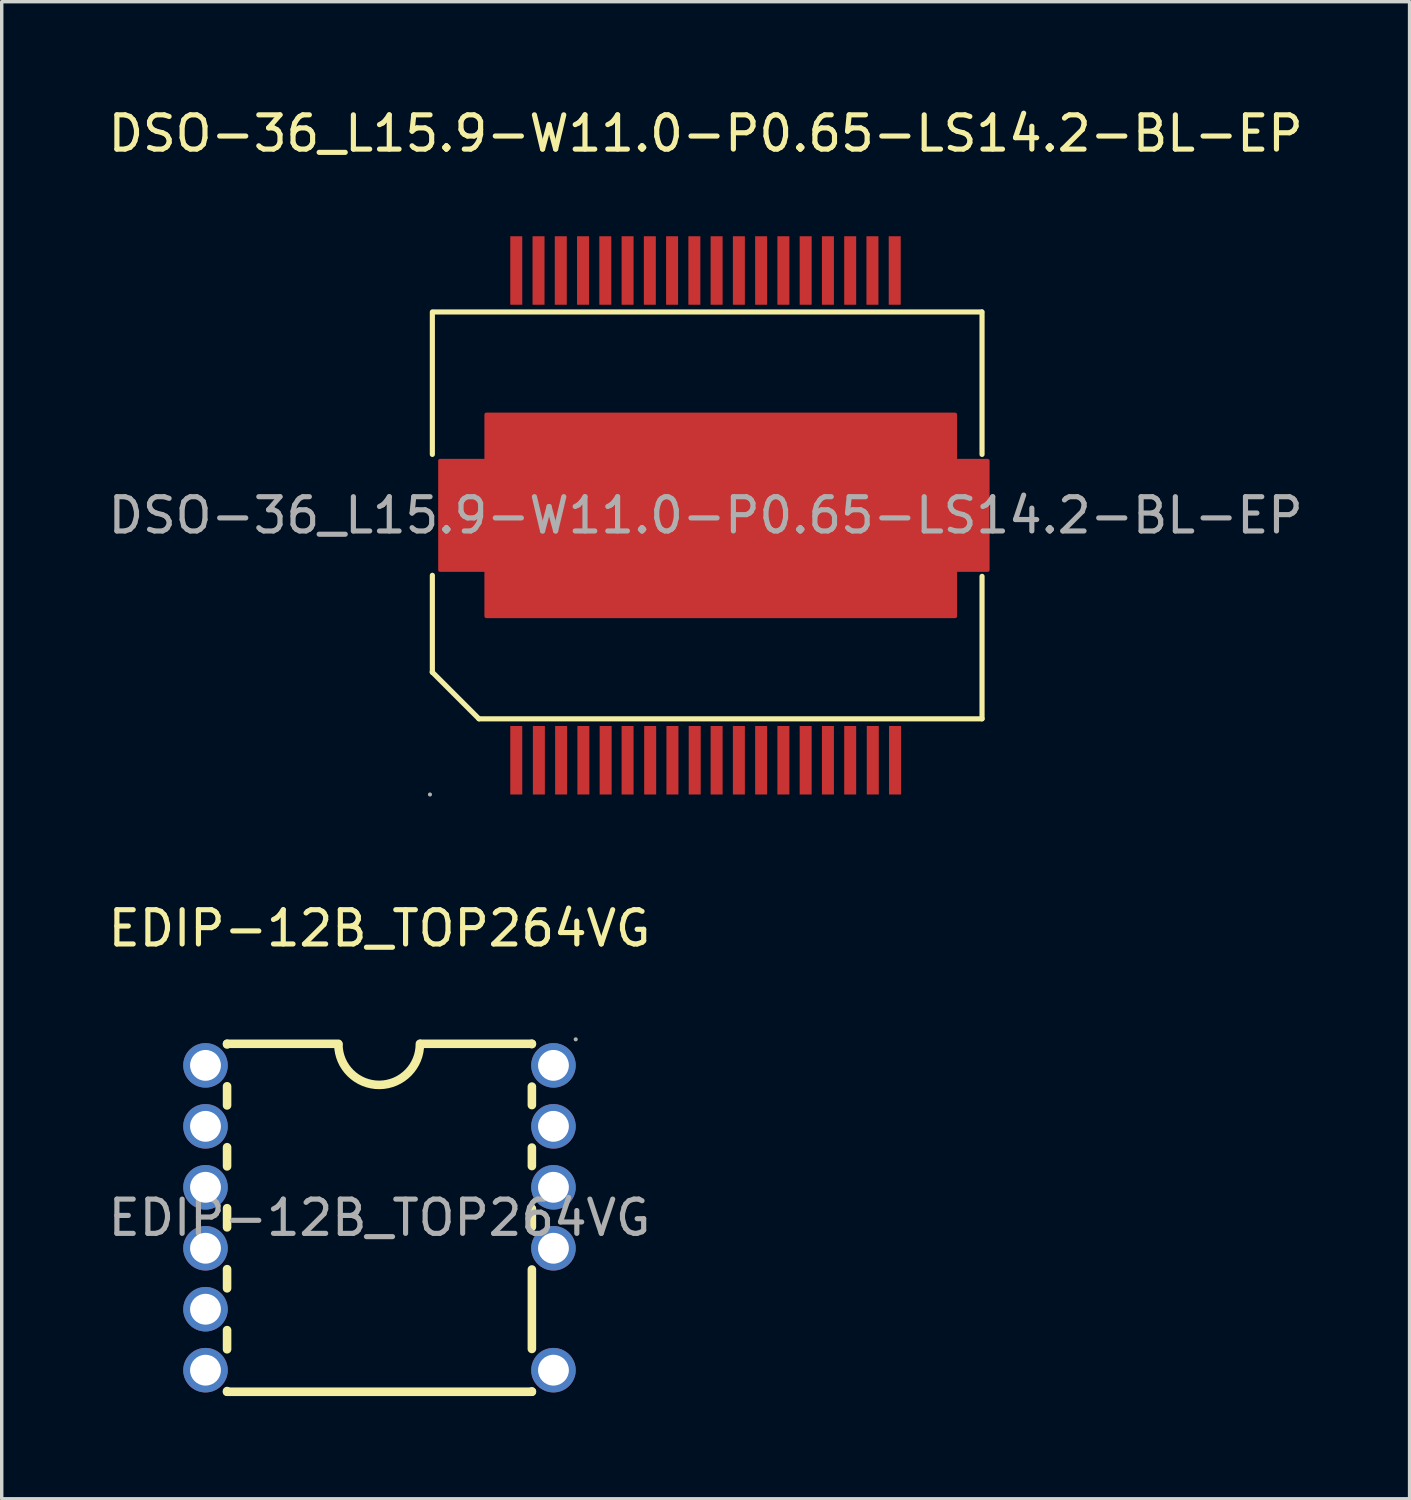
<source format=kicad_pcb>
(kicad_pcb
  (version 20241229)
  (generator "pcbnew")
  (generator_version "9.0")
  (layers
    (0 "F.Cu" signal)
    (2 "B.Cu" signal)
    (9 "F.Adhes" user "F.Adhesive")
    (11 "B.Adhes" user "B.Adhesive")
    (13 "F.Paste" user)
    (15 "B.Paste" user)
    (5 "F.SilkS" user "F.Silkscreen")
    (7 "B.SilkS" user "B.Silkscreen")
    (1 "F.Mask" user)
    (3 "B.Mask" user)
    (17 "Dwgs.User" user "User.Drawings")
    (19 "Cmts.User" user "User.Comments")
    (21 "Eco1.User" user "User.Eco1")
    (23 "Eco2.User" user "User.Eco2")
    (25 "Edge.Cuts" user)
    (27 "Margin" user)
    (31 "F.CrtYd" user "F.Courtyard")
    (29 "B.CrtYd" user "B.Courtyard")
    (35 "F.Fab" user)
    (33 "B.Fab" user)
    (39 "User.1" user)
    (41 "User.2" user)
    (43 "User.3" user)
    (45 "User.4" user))
  (footprint "DSO-36_L15.9-W11.0-P0.65-LS14.2-BL-EP"
    (layer "F.Cu")
    (at 17.554 11.998)
    (property "Reference" "DSO-36_L15.9-W11.0-P0.65-LS14.2-BL-EP" (at 0 -11.15 0) (layer "F.SilkS") (effects (font (size 1 1) (thickness 0.15))))
    (attr through_hole)
    (fp_line (start -7.98 -1.78) (end -7.98 -5.94) (stroke (width 0.15) (type solid)) (layer "F.SilkS"))
    (fp_line (start -7.98 4.56) (end -7.98 4.58) (stroke (width 0.15) (type solid)) (layer "F.SilkS"))
    (fp_line (start -7.98 4.58) (end -7.98 1.75) (stroke (width 0.15) (type solid)) (layer "F.SilkS"))
    (fp_line (start -7.98 4.58) (end -6.62 5.94) (stroke (width 0.15) (type solid)) (layer "F.SilkS"))
    (fp_line (start -7.93 -5.94) (end 8.06 -5.94) (stroke (width 0.15) (type solid)) (layer "F.SilkS"))
    (fp_line (start 8.07 -1.78) (end 8.07 -5.94) (stroke (width 0.15) (type solid)) (layer "F.SilkS"))
    (fp_line (start 8.07 5.94) (end -6.62 5.94) (stroke (width 0.15) (type solid)) (layer "F.SilkS"))
    (fp_line (start 8.07 5.94) (end 8.07 1.78) (stroke (width 0.15) (type solid)) (layer "F.SilkS"))
    (fp_circle (center -8.05 8.15) (end -8.02 8.15) (stroke (width 0.06) (type solid)) (fill no) (layer "F.Fab"))
    (fp_text user "${REFERENCE}" (at 0 0 0) (layer "F.Fab") (effects (font (size 1 1) (thickness 0.15))))
    (pad "1" smd rect (at -5.53 7.15 90) (size 2 0.35) (layers "F.Cu" "F.Mask" "F.Paste"))
    (pad "2" smd rect (at -4.87 7.15 90) (size 2 0.35) (layers "F.Cu" "F.Mask" "F.Paste"))
    (pad "3" smd rect (at -4.22 7.15 90) (size 2 0.35) (layers "F.Cu" "F.Mask" "F.Paste"))
    (pad "4" smd rect (at -3.57 7.15 90) (size 2 0.35) (layers "F.Cu" "F.Mask" "F.Paste"))
    (pad "5" smd rect (at -2.92 7.15 90) (size 2 0.35) (layers "F.Cu" "F.Mask" "F.Paste"))
    (pad "6" smd rect (at -2.28 7.15 90) (size 2 0.35) (layers "F.Cu" "F.Mask" "F.Paste"))
    (pad "7" smd rect (at -1.62 7.15 90) (size 2 0.35) (layers "F.Cu" "F.Mask" "F.Paste"))
    (pad "8" smd rect (at -0.97 7.15 90) (size 2 0.35) (layers "F.Cu" "F.Mask" "F.Paste"))
    (pad "9" smd rect (at -0.32 7.15 90) (size 2 0.35) (layers "F.Cu" "F.Mask" "F.Paste"))
    (pad "10" smd rect (at 0.32 7.15 90) (size 2 0.35) (layers "F.Cu" "F.Mask" "F.Paste"))
    (pad "11" smd rect (at 0.97 7.15 90) (size 2 0.35) (layers "F.Cu" "F.Mask" "F.Paste"))
    (pad "12" smd rect (at 1.62 7.15 90) (size 2 0.35) (layers "F.Cu" "F.Mask" "F.Paste"))
    (pad "13" smd rect (at 2.27 7.15 90) (size 2 0.35) (layers "F.Cu" "F.Mask" "F.Paste"))
    (pad "14" smd rect (at 2.92 7.15 90) (size 2 0.35) (layers "F.Cu" "F.Mask" "F.Paste"))
    (pad "15" smd rect (at 3.57 7.15 90) (size 2 0.35) (layers "F.Cu" "F.Mask" "F.Paste"))
    (pad "16" smd rect (at 4.22 7.15 90) (size 2 0.35) (layers "F.Cu" "F.Mask" "F.Paste"))
    (pad "17" smd rect (at 4.88 7.15 90) (size 2 0.35) (layers "F.Cu" "F.Mask" "F.Paste"))
    (pad "18" smd rect (at 5.53 7.15 90) (size 2 0.35) (layers "F.Cu" "F.Mask" "F.Paste"))
    (pad "19" smd rect (at 5.52 -7.15 90) (size 2 0.35) (layers "F.Cu" "F.Mask" "F.Paste"))
    (pad "20" smd rect (at 4.87 -7.15 90) (size 2 0.35) (layers "F.Cu" "F.Mask" "F.Paste"))
    (pad "21" smd rect (at 4.22 -7.15 90) (size 2 0.35) (layers "F.Cu" "F.Mask" "F.Paste"))
    (pad "22" smd rect (at 3.57 -7.15 90) (size 2 0.35) (layers "F.Cu" "F.Mask" "F.Paste"))
    (pad "23" smd rect (at 2.92 -7.15 90) (size 2 0.35) (layers "F.Cu" "F.Mask" "F.Paste"))
    (pad "24" smd rect (at 2.27 -7.15 90) (size 2 0.35) (layers "F.Cu" "F.Mask" "F.Paste"))
    (pad "25" smd rect (at 1.62 -7.15 90) (size 2 0.35) (layers "F.Cu" "F.Mask" "F.Paste"))
    (pad "26" smd rect (at 0.97 -7.15 90) (size 2 0.35) (layers "F.Cu" "F.Mask" "F.Paste"))
    (pad "27" smd rect (at 0.32 -7.15 90) (size 2 0.35) (layers "F.Cu" "F.Mask" "F.Paste"))
    (pad "28" smd rect (at -0.33 -7.15 90) (size 2 0.35) (layers "F.Cu" "F.Mask" "F.Paste"))
    (pad "29" smd rect (at -0.98 -7.15 90) (size 2 0.35) (layers "F.Cu" "F.Mask" "F.Paste"))
    (pad "30" smd rect (at -1.63 -7.15 90) (size 2 0.35) (layers "F.Cu" "F.Mask" "F.Paste"))
    (pad "31" smd rect (at -2.28 -7.15 90) (size 2 0.35) (layers "F.Cu" "F.Mask" "F.Paste"))
    (pad "32" smd rect (at -2.93 -7.15 90) (size 2 0.35) (layers "F.Cu" "F.Mask" "F.Paste"))
    (pad "33" smd rect (at -3.58 -7.15 90) (size 2 0.35) (layers "F.Cu" "F.Mask" "F.Paste"))
    (pad "34" smd rect (at -4.23 -7.15 90) (size 2 0.35) (layers "F.Cu" "F.Mask" "F.Paste"))
    (pad "35" smd rect (at -4.88 -7.15 90) (size 2 0.35) (layers "F.Cu" "F.Mask" "F.Paste"))
    (pad "36" smd rect (at -5.53 -7.15 90) (size 2 0.35) (layers "F.Cu" "F.Mask" "F.Paste"))
    (pad "37" smd custom (at 0.12 0) (size 1 1) (layers "F.Cu" "F.Mask" "F.Paste") (options (anchor circle)) (primitives (gr_poly (pts (xy -7.88 -1.6) (xy -6.53 -1.6) (xy -6.53 -2.95) (xy 7.17 -2.95) (xy 7.17 -1.6) (xy 8.12 -1.6) (xy 8.12 1.6) (xy 7.95 1.6) (xy 7.17 1.6) (xy 7.17 2.95) (xy -6.53 2.95) (xy -6.53 1.6) (xy -7.88 1.6) (xy -7.88 -1.6)) (width 0.1) (fill yes)))))
  (footprint "EDIP-12B_TOP264VG"
    (layer "F.Cu")
    (at 8.03 32.507)
    (property "Reference" "EDIP-12B_TOP264VG" (at 0 -8.45 0) (layer "F.SilkS") (effects (font (size 1 1) (thickness 0.15))))
    (attr through_hole)
    (fp_line (start -4.45 -5.08) (end -4.45 -5.06) (stroke (width 0.25) (type solid)) (layer "F.SilkS"))
    (fp_line (start -4.45 -5.08) (end -1.2 -5.08) (stroke (width 0.25) (type solid)) (layer "F.SilkS"))
    (fp_line (start -4.45 -3.84) (end -4.45 -3.28) (stroke (width 0.25) (type solid)) (layer "F.SilkS"))
    (fp_line (start -4.45 -2.06) (end -4.45 -1.5) (stroke (width 0.25) (type solid)) (layer "F.SilkS"))
    (fp_line (start -4.45 -0.28) (end -4.45 0.28) (stroke (width 0.25) (type solid)) (layer "F.SilkS"))
    (fp_line (start -4.45 1.5) (end -4.45 2.06) (stroke (width 0.25) (type solid)) (layer "F.SilkS"))
    (fp_line (start -4.45 3.28) (end -4.45 3.84) (stroke (width 0.25) (type solid)) (layer "F.SilkS"))
    (fp_line (start -4.45 5.06) (end -4.45 5.08) (stroke (width 0.25) (type solid)) (layer "F.SilkS"))
    (fp_line (start -4.45 5.08) (end 4.45 5.08) (stroke (width 0.25) (type solid)) (layer "F.SilkS"))
    (fp_line (start 1.2 -5.08) (end 4.45 -5.08) (stroke (width 0.25) (type solid)) (layer "F.SilkS"))
    (fp_line (start 4.45 -5.08) (end 4.45 -5.07) (stroke (width 0.25) (type solid)) (layer "F.SilkS"))
    (fp_line (start 4.45 -3.83) (end 4.45 -3.29) (stroke (width 0.25) (type solid)) (layer "F.SilkS"))
    (fp_line (start 4.45 -2.05) (end 4.45 -1.51) (stroke (width 0.25) (type solid)) (layer "F.SilkS"))
    (fp_line (start 4.45 -0.27) (end 4.45 0.27) (stroke (width 0.25) (type solid)) (layer "F.SilkS"))
    (fp_line (start 4.45 1.51) (end 4.45 3.83) (stroke (width 0.25) (type solid)) (layer "F.SilkS"))
    (fp_line (start 4.45 5.07) (end 4.45 5.08) (stroke (width 0.25) (type solid)) (layer "F.SilkS"))
    (fp_arc (start 1.18 -5.08) (mid 0 -3.88) (end -1.2 -5.06) (stroke (width 0.25) (type solid)) (layer "F.SilkS"))
    (fp_circle (center -5.08 -4.45) (end -4.9 -4.45) (stroke (width 0.35) (type solid)) (fill no) (layer "F.Fab"))
    (fp_circle (center -5.08 -2.67) (end -4.9 -2.67) (stroke (width 0.35) (type solid)) (fill no) (layer "F.Fab"))
    (fp_circle (center -5.08 -0.89) (end -4.9 -0.89) (stroke (width 0.35) (type solid)) (fill no) (layer "F.Fab"))
    (fp_circle (center -5.08 0.89) (end -4.9 0.89) (stroke (width 0.35) (type solid)) (fill no) (layer "F.Fab"))
    (fp_circle (center -5.08 2.67) (end -4.9 2.67) (stroke (width 0.35) (type solid)) (fill no) (layer "F.Fab"))
    (fp_circle (center -5.08 4.45) (end -4.9 4.45) (stroke (width 0.35) (type solid)) (fill no) (layer "F.Fab"))
    (fp_circle (center 5.08 -4.45) (end 5.26 -4.45) (stroke (width 0.35) (type solid)) (fill no) (layer "F.Fab"))
    (fp_circle (center 5.08 -2.67) (end 5.26 -2.67) (stroke (width 0.35) (type solid)) (fill no) (layer "F.Fab"))
    (fp_circle (center 5.08 -0.89) (end 5.26 -0.89) (stroke (width 0.35) (type solid)) (fill no) (layer "F.Fab"))
    (fp_circle (center 5.08 0.89) (end 5.26 0.89) (stroke (width 0.35) (type solid)) (fill no) (layer "F.Fab"))
    (fp_circle (center 5.08 4.45) (end 5.26 4.45) (stroke (width 0.35) (type solid)) (fill no) (layer "F.Fab"))
    (fp_circle (center 5.73 -5.21) (end 5.76 -5.21) (stroke (width 0.06) (type solid)) (fill no) (layer "F.Fab"))
    (fp_text user "${REFERENCE}" (at 0 0 0) (layer "F.Fab") (effects (font (size 1 1) (thickness 0.15))))
    (pad "1" thru_hole circle (at 5.08 -4.45) (size 1.3 1.3) (drill 0.9) (layers "*.Cu" "*.Paste" "*.Mask"))
    (pad "2" thru_hole circle (at 5.08 -2.67) (size 1.3 1.3) (drill 0.9) (layers "*.Cu" "*.Paste" "*.Mask"))
    (pad "3" thru_hole circle (at 5.08 -0.89) (size 1.3 1.3) (drill 0.9) (layers "*.Cu" "*.Paste" "*.Mask"))
    (pad "4" thru_hole circle (at 5.08 0.89) (size 1.3 1.3) (drill 0.9) (layers "*.Cu" "*.Paste" "*.Mask"))
    (pad "6" thru_hole circle (at 5.08 4.45) (size 1.3 1.3) (drill 0.9) (layers "*.Cu" "*.Paste" "*.Mask"))
    (pad "7" thru_hole circle (at -5.08 4.45) (size 1.3 1.3) (drill 0.9) (layers "*.Cu" "*.Paste" "*.Mask"))
    (pad "8" thru_hole circle (at -5.08 2.67) (size 1.3 1.3) (drill 0.9) (layers "*.Cu" "*.Paste" "*.Mask"))
    (pad "9" thru_hole circle (at -5.08 0.89) (size 1.3 1.3) (drill 0.9) (layers "*.Cu" "*.Paste" "*.Mask"))
    (pad "10" thru_hole circle (at -5.08 -0.89) (size 1.3 1.3) (drill 0.9) (layers "*.Cu" "*.Paste" "*.Mask"))
    (pad "11" thru_hole circle (at -5.08 -2.67) (size 1.3 1.3) (drill 0.9) (layers "*.Cu" "*.Paste" "*.Mask"))
    (pad "12" thru_hole circle (at -5.08 -4.45) (size 1.3 1.3) (drill 0.9) (layers "*.Cu" "*.Paste" "*.Mask")))
  (gr_rect
    (start -3 -3)
    (end 38.107 40.712)
    (stroke (width 0.1) (type default))
    (fill no)
    (layer "Edge.Cuts")))
</source>
